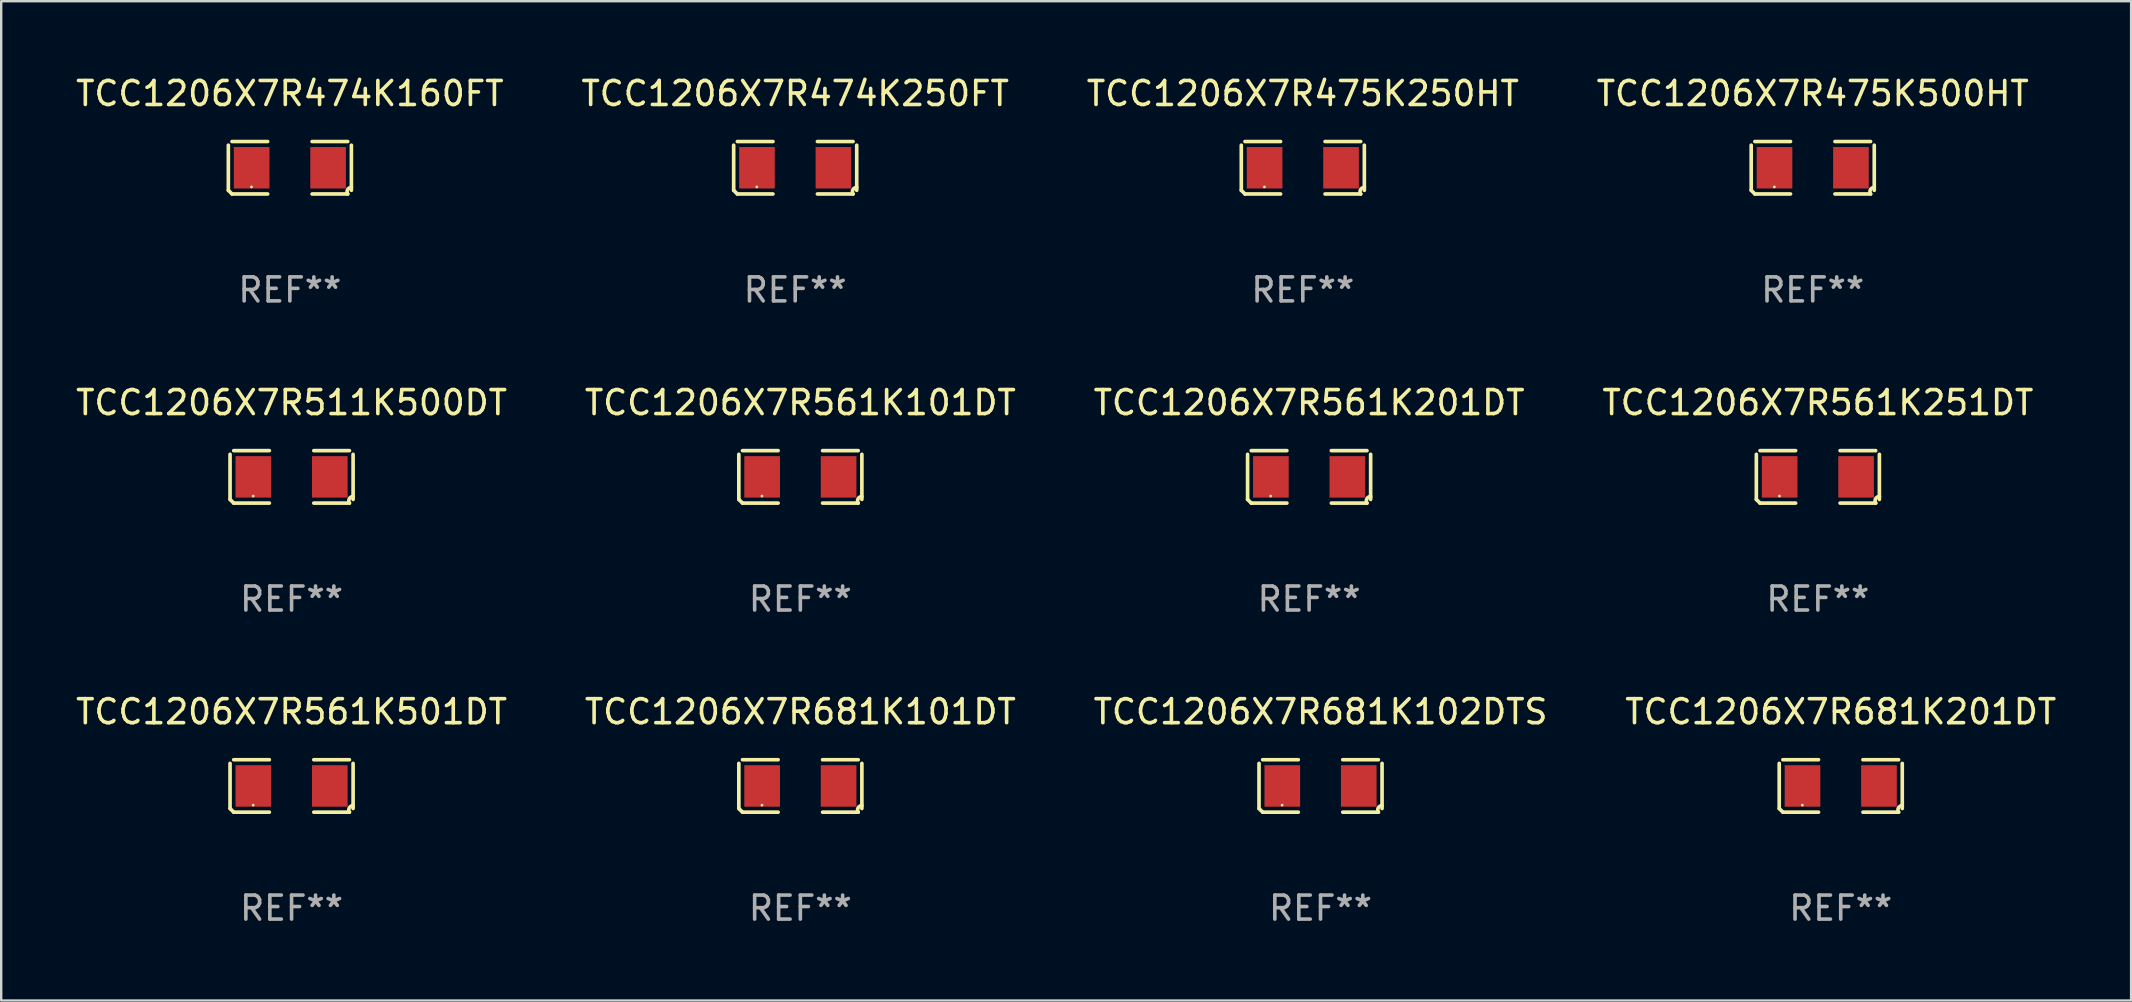
<source format=kicad_pcb>
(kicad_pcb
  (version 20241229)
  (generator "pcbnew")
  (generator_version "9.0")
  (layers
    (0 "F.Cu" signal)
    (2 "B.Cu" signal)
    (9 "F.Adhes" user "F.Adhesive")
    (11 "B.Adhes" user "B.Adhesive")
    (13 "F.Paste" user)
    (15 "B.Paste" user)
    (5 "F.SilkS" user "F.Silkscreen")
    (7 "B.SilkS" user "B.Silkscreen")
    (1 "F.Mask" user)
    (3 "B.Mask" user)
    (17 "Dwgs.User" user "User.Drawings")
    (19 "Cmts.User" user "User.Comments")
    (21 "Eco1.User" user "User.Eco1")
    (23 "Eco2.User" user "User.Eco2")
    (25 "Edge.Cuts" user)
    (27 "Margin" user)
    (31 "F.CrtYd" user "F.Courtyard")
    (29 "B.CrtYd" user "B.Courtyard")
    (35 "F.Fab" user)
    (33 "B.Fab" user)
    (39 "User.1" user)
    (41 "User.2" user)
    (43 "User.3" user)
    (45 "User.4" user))
  (footprint "TCC1206X7R681K102DTS"
    (layer "F.Cu")
    (at 51.982 29.704)
    (property "Reference" "TCC1206X7R681K102DTS" (at 0 -3.093 0) (layer "F.SilkS") (effects (font (size 1 1) (thickness 0.15))))
    (attr through_hole)
    (fp_line (start -2.564 0.94) (end -2.564 -0.94) (stroke (width 0.152) (type solid)) (layer "F.SilkS"))
    (fp_line (start -2.411 -1.093) (end -0.926 -1.093) (stroke (width 0.152) (type solid)) (layer "F.SilkS"))
    (fp_line (start -0.926 1.093) (end -2.411 1.093) (stroke (width 0.152) (type solid)) (layer "F.SilkS"))
    (fp_line (start 0.926 1.093) (end 2.411 1.093) (stroke (width 0.152) (type solid)) (layer "F.SilkS"))
    (fp_line (start 2.411 -1.093) (end 0.926 -1.093) (stroke (width 0.152) (type solid)) (layer "F.SilkS"))
    (fp_line (start 2.564 0.94) (end 2.564 -0.94) (stroke (width 0.152) (type solid)) (layer "F.SilkS"))
    (fp_arc (start -2.411201 1.092609) (mid -2.487413 1.01642) (end -2.563602 0.940208) (stroke (width 0.1524) (type solid)) (layer "F.SilkS"))
    (fp_arc (start 2.411201 1.092609) (mid 2.407159 0.911226) (end 2.563602 0.819347) (stroke (width 0.1524) (type solid)) (layer "F.SilkS"))
    (fp_circle (center -1.6 0.8) (end -1.57 0.8) (stroke (width 0.06) (type solid)) (fill no) (layer "F.SilkS"))
    (fp_text user "REF**" (at 0 5.093 0) (layer "F.Fab") (effects (font (size 1 1) (thickness 0.15))))
    (pad "1" smd rect (at -1.593 0) (size 1.485 1.728) (layers "F.Cu" "F.Mask" "F.Paste"))
    (pad "2" smd rect (at 1.593 0) (size 1.485 1.728) (layers "F.Cu" "F.Mask" "F.Paste")))
  (footprint "TCC1206X7R475K250HT"
    (layer "F.Cu")
    (at 51.244 3.941)
    (property "Reference" "TCC1206X7R475K250HT" (at 0 -3.093 0) (layer "F.SilkS") (effects (font (size 1 1) (thickness 0.15))))
    (attr through_hole)
    (fp_line (start -2.564 0.94) (end -2.564 -0.94) (stroke (width 0.152) (type solid)) (layer "F.SilkS"))
    (fp_line (start -2.411 -1.093) (end -0.926 -1.093) (stroke (width 0.152) (type solid)) (layer "F.SilkS"))
    (fp_line (start -0.926 1.093) (end -2.411 1.093) (stroke (width 0.152) (type solid)) (layer "F.SilkS"))
    (fp_line (start 0.926 1.093) (end 2.411 1.093) (stroke (width 0.152) (type solid)) (layer "F.SilkS"))
    (fp_line (start 2.411 -1.093) (end 0.926 -1.093) (stroke (width 0.152) (type solid)) (layer "F.SilkS"))
    (fp_line (start 2.564 0.94) (end 2.564 -0.94) (stroke (width 0.152) (type solid)) (layer "F.SilkS"))
    (fp_arc (start -2.411201 1.092609) (mid -2.487413 1.01642) (end -2.563602 0.940208) (stroke (width 0.1524) (type solid)) (layer "F.SilkS"))
    (fp_arc (start 2.411201 1.092609) (mid 2.407159 0.911226) (end 2.563602 0.819347) (stroke (width 0.1524) (type solid)) (layer "F.SilkS"))
    (fp_circle (center -1.6 0.8) (end -1.57 0.8) (stroke (width 0.06) (type solid)) (fill no) (layer "F.SilkS"))
    (fp_text user "REF**" (at 0 5.093 0) (layer "F.Fab") (effects (font (size 1 1) (thickness 0.15))))
    (pad "1" smd rect (at -1.593 0) (size 1.485 1.728) (layers "F.Cu" "F.Mask" "F.Paste"))
    (pad "2" smd rect (at 1.593 0) (size 1.485 1.728) (layers "F.Cu" "F.Mask" "F.Paste")))
  (footprint "TCC1206X7R561K501DT"
    (layer "F.Cu")
    (at 9.101 29.704)
    (property "Reference" "TCC1206X7R561K501DT" (at 0 -3.093 0) (layer "F.SilkS") (effects (font (size 1 1) (thickness 0.15))))
    (attr through_hole)
    (fp_line (start -2.564 0.94) (end -2.564 -0.94) (stroke (width 0.152) (type solid)) (layer "F.SilkS"))
    (fp_line (start -2.411 -1.093) (end -0.926 -1.093) (stroke (width 0.152) (type solid)) (layer "F.SilkS"))
    (fp_line (start -0.926 1.093) (end -2.411 1.093) (stroke (width 0.152) (type solid)) (layer "F.SilkS"))
    (fp_line (start 0.926 1.093) (end 2.411 1.093) (stroke (width 0.152) (type solid)) (layer "F.SilkS"))
    (fp_line (start 2.411 -1.093) (end 0.926 -1.093) (stroke (width 0.152) (type solid)) (layer "F.SilkS"))
    (fp_line (start 2.564 0.94) (end 2.564 -0.94) (stroke (width 0.152) (type solid)) (layer "F.SilkS"))
    (fp_arc (start -2.411201 1.092609) (mid -2.487413 1.01642) (end -2.563602 0.940208) (stroke (width 0.1524) (type solid)) (layer "F.SilkS"))
    (fp_arc (start 2.411201 1.092609) (mid 2.407159 0.911226) (end 2.563602 0.819347) (stroke (width 0.1524) (type solid)) (layer "F.SilkS"))
    (fp_circle (center -1.6 0.8) (end -1.57 0.8) (stroke (width 0.06) (type solid)) (fill no) (layer "F.SilkS"))
    (fp_text user "REF**" (at 0 5.093 0) (layer "F.Fab") (effects (font (size 1 1) (thickness 0.15))))
    (pad "1" smd rect (at -1.593 0) (size 1.485 1.728) (layers "F.Cu" "F.Mask" "F.Paste"))
    (pad "2" smd rect (at 1.593 0) (size 1.485 1.728) (layers "F.Cu" "F.Mask" "F.Paste")))
  (footprint "TCC1206X7R511K500DT"
    (layer "F.Cu")
    (at 9.101 16.823)
    (property "Reference" "TCC1206X7R511K500DT" (at 0 -3.093 0) (layer "F.SilkS") (effects (font (size 1 1) (thickness 0.15))))
    (attr through_hole)
    (fp_line (start -2.564 0.94) (end -2.564 -0.94) (stroke (width 0.152) (type solid)) (layer "F.SilkS"))
    (fp_line (start -2.411 -1.093) (end -0.926 -1.093) (stroke (width 0.152) (type solid)) (layer "F.SilkS"))
    (fp_line (start -0.926 1.093) (end -2.411 1.093) (stroke (width 0.152) (type solid)) (layer "F.SilkS"))
    (fp_line (start 0.926 1.093) (end 2.411 1.093) (stroke (width 0.152) (type solid)) (layer "F.SilkS"))
    (fp_line (start 2.411 -1.093) (end 0.926 -1.093) (stroke (width 0.152) (type solid)) (layer "F.SilkS"))
    (fp_line (start 2.564 0.94) (end 2.564 -0.94) (stroke (width 0.152) (type solid)) (layer "F.SilkS"))
    (fp_arc (start -2.411201 1.092609) (mid -2.487413 1.01642) (end -2.563602 0.940208) (stroke (width 0.1524) (type solid)) (layer "F.SilkS"))
    (fp_arc (start 2.411201 1.092609) (mid 2.407159 0.911226) (end 2.563602 0.819347) (stroke (width 0.1524) (type solid)) (layer "F.SilkS"))
    (fp_circle (center -1.6 0.8) (end -1.57 0.8) (stroke (width 0.06) (type solid)) (fill no) (layer "F.SilkS"))
    (fp_text user "REF**" (at 0 5.093 0) (layer "F.Fab") (effects (font (size 1 1) (thickness 0.15))))
    (pad "1" smd rect (at -1.593 0) (size 1.485 1.728) (layers "F.Cu" "F.Mask" "F.Paste"))
    (pad "2" smd rect (at 1.593 0) (size 1.485 1.728) (layers "F.Cu" "F.Mask" "F.Paste")))
  (footprint "TCC1206X7R561K251DT"
    (layer "F.Cu")
    (at 72.708 16.823)
    (property "Reference" "TCC1206X7R561K251DT" (at 0 -3.093 0) (layer "F.SilkS") (effects (font (size 1 1) (thickness 0.15))))
    (attr through_hole)
    (fp_line (start -2.564 0.94) (end -2.564 -0.94) (stroke (width 0.152) (type solid)) (layer "F.SilkS"))
    (fp_line (start -2.411 -1.093) (end -0.926 -1.093) (stroke (width 0.152) (type solid)) (layer "F.SilkS"))
    (fp_line (start -0.926 1.093) (end -2.411 1.093) (stroke (width 0.152) (type solid)) (layer "F.SilkS"))
    (fp_line (start 0.926 1.093) (end 2.411 1.093) (stroke (width 0.152) (type solid)) (layer "F.SilkS"))
    (fp_line (start 2.411 -1.093) (end 0.926 -1.093) (stroke (width 0.152) (type solid)) (layer "F.SilkS"))
    (fp_line (start 2.564 0.94) (end 2.564 -0.94) (stroke (width 0.152) (type solid)) (layer "F.SilkS"))
    (fp_arc (start -2.411201 1.092609) (mid -2.487413 1.01642) (end -2.563602 0.940208) (stroke (width 0.1524) (type solid)) (layer "F.SilkS"))
    (fp_arc (start 2.411201 1.092609) (mid 2.407159 0.911226) (end 2.563602 0.819347) (stroke (width 0.1524) (type solid)) (layer "F.SilkS"))
    (fp_circle (center -1.6 0.8) (end -1.57 0.8) (stroke (width 0.06) (type solid)) (fill no) (layer "F.SilkS"))
    (fp_text user "REF**" (at 0 5.093 0) (layer "F.Fab") (effects (font (size 1 1) (thickness 0.15))))
    (pad "1" smd rect (at -1.593 0) (size 1.485 1.728) (layers "F.Cu" "F.Mask" "F.Paste"))
    (pad "2" smd rect (at 1.593 0) (size 1.485 1.728) (layers "F.Cu" "F.Mask" "F.Paste")))
  (footprint "TCC1206X7R681K101DT"
    (layer "F.Cu")
    (at 30.304 29.704)
    (property "Reference" "TCC1206X7R681K101DT" (at 0 -3.093 0) (layer "F.SilkS") (effects (font (size 1 1) (thickness 0.15))))
    (attr through_hole)
    (fp_line (start -2.564 0.94) (end -2.564 -0.94) (stroke (width 0.152) (type solid)) (layer "F.SilkS"))
    (fp_line (start -2.411 -1.093) (end -0.926 -1.093) (stroke (width 0.152) (type solid)) (layer "F.SilkS"))
    (fp_line (start -0.926 1.093) (end -2.411 1.093) (stroke (width 0.152) (type solid)) (layer "F.SilkS"))
    (fp_line (start 0.926 1.093) (end 2.411 1.093) (stroke (width 0.152) (type solid)) (layer "F.SilkS"))
    (fp_line (start 2.411 -1.093) (end 0.926 -1.093) (stroke (width 0.152) (type solid)) (layer "F.SilkS"))
    (fp_line (start 2.564 0.94) (end 2.564 -0.94) (stroke (width 0.152) (type solid)) (layer "F.SilkS"))
    (fp_arc (start -2.411201 1.092609) (mid -2.487413 1.01642) (end -2.563602 0.940208) (stroke (width 0.1524) (type solid)) (layer "F.SilkS"))
    (fp_arc (start 2.411201 1.092609) (mid 2.407159 0.911226) (end 2.563602 0.819347) (stroke (width 0.1524) (type solid)) (layer "F.SilkS"))
    (fp_circle (center -1.6 0.8) (end -1.57 0.8) (stroke (width 0.06) (type solid)) (fill no) (layer "F.SilkS"))
    (fp_text user "REF**" (at 0 5.093 0) (layer "F.Fab") (effects (font (size 1 1) (thickness 0.15))))
    (pad "1" smd rect (at -1.593 0) (size 1.485 1.728) (layers "F.Cu" "F.Mask" "F.Paste"))
    (pad "2" smd rect (at 1.593 0) (size 1.485 1.728) (layers "F.Cu" "F.Mask" "F.Paste")))
  (footprint "TCC1206X7R561K101DT"
    (layer "F.Cu")
    (at 30.304 16.823)
    (property "Reference" "TCC1206X7R561K101DT" (at 0 -3.093 0) (layer "F.SilkS") (effects (font (size 1 1) (thickness 0.15))))
    (attr through_hole)
    (fp_line (start -2.564 0.94) (end -2.564 -0.94) (stroke (width 0.152) (type solid)) (layer "F.SilkS"))
    (fp_line (start -2.411 -1.093) (end -0.926 -1.093) (stroke (width 0.152) (type solid)) (layer "F.SilkS"))
    (fp_line (start -0.926 1.093) (end -2.411 1.093) (stroke (width 0.152) (type solid)) (layer "F.SilkS"))
    (fp_line (start 0.926 1.093) (end 2.411 1.093) (stroke (width 0.152) (type solid)) (layer "F.SilkS"))
    (fp_line (start 2.411 -1.093) (end 0.926 -1.093) (stroke (width 0.152) (type solid)) (layer "F.SilkS"))
    (fp_line (start 2.564 0.94) (end 2.564 -0.94) (stroke (width 0.152) (type solid)) (layer "F.SilkS"))
    (fp_arc (start -2.411201 1.092609) (mid -2.487413 1.01642) (end -2.563602 0.940208) (stroke (width 0.1524) (type solid)) (layer "F.SilkS"))
    (fp_arc (start 2.411201 1.092609) (mid 2.407159 0.911226) (end 2.563602 0.819347) (stroke (width 0.1524) (type solid)) (layer "F.SilkS"))
    (fp_circle (center -1.6 0.8) (end -1.57 0.8) (stroke (width 0.06) (type solid)) (fill no) (layer "F.SilkS"))
    (fp_text user "REF**" (at 0 5.093 0) (layer "F.Fab") (effects (font (size 1 1) (thickness 0.15))))
    (pad "1" smd rect (at -1.593 0) (size 1.485 1.728) (layers "F.Cu" "F.Mask" "F.Paste"))
    (pad "2" smd rect (at 1.593 0) (size 1.485 1.728) (layers "F.Cu" "F.Mask" "F.Paste")))
  (footprint "TCC1206X7R681K201DT"
    (layer "F.Cu")
    (at 73.661 29.704)
    (property "Reference" "TCC1206X7R681K201DT" (at 0 -3.093 0) (layer "F.SilkS") (effects (font (size 1 1) (thickness 0.15))))
    (attr through_hole)
    (fp_line (start -2.564 0.94) (end -2.564 -0.94) (stroke (width 0.152) (type solid)) (layer "F.SilkS"))
    (fp_line (start -2.411 -1.093) (end -0.926 -1.093) (stroke (width 0.152) (type solid)) (layer "F.SilkS"))
    (fp_line (start -0.926 1.093) (end -2.411 1.093) (stroke (width 0.152) (type solid)) (layer "F.SilkS"))
    (fp_line (start 0.926 1.093) (end 2.411 1.093) (stroke (width 0.152) (type solid)) (layer "F.SilkS"))
    (fp_line (start 2.411 -1.093) (end 0.926 -1.093) (stroke (width 0.152) (type solid)) (layer "F.SilkS"))
    (fp_line (start 2.564 0.94) (end 2.564 -0.94) (stroke (width 0.152) (type solid)) (layer "F.SilkS"))
    (fp_arc (start -2.411201 1.092609) (mid -2.487413 1.01642) (end -2.563602 0.940208) (stroke (width 0.1524) (type solid)) (layer "F.SilkS"))
    (fp_arc (start 2.411201 1.092609) (mid 2.407159 0.911226) (end 2.563602 0.819347) (stroke (width 0.1524) (type solid)) (layer "F.SilkS"))
    (fp_circle (center -1.6 0.8) (end -1.57 0.8) (stroke (width 0.06) (type solid)) (fill no) (layer "F.SilkS"))
    (fp_text user "REF**" (at 0 5.093 0) (layer "F.Fab") (effects (font (size 1 1) (thickness 0.15))))
    (pad "1" smd rect (at -1.593 0) (size 1.485 1.728) (layers "F.Cu" "F.Mask" "F.Paste"))
    (pad "2" smd rect (at 1.593 0) (size 1.485 1.728) (layers "F.Cu" "F.Mask" "F.Paste")))
  (footprint "TCC1206X7R474K250FT"
    (layer "F.Cu")
    (at 30.089 3.941)
    (property "Reference" "TCC1206X7R474K250FT" (at 0 -3.093 0) (layer "F.SilkS") (effects (font (size 1 1) (thickness 0.15))))
    (attr through_hole)
    (fp_line (start -2.564 0.94) (end -2.564 -0.94) (stroke (width 0.152) (type solid)) (layer "F.SilkS"))
    (fp_line (start -2.411 -1.093) (end -0.926 -1.093) (stroke (width 0.152) (type solid)) (layer "F.SilkS"))
    (fp_line (start -0.926 1.093) (end -2.411 1.093) (stroke (width 0.152) (type solid)) (layer "F.SilkS"))
    (fp_line (start 0.926 1.093) (end 2.411 1.093) (stroke (width 0.152) (type solid)) (layer "F.SilkS"))
    (fp_line (start 2.411 -1.093) (end 0.926 -1.093) (stroke (width 0.152) (type solid)) (layer "F.SilkS"))
    (fp_line (start 2.564 0.94) (end 2.564 -0.94) (stroke (width 0.152) (type solid)) (layer "F.SilkS"))
    (fp_arc (start -2.411201 1.092609) (mid -2.487413 1.01642) (end -2.563602 0.940208) (stroke (width 0.1524) (type solid)) (layer "F.SilkS"))
    (fp_arc (start 2.411201 1.092609) (mid 2.407159 0.911226) (end 2.563602 0.819347) (stroke (width 0.1524) (type solid)) (layer "F.SilkS"))
    (fp_circle (center -1.6 0.8) (end -1.57 0.8) (stroke (width 0.06) (type solid)) (fill no) (layer "F.SilkS"))
    (fp_text user "REF**" (at 0 5.093 0) (layer "F.Fab") (effects (font (size 1 1) (thickness 0.15))))
    (pad "1" smd rect (at -1.593 0) (size 1.485 1.728) (layers "F.Cu" "F.Mask" "F.Paste"))
    (pad "2" smd rect (at 1.593 0) (size 1.485 1.728) (layers "F.Cu" "F.Mask" "F.Paste")))
  (footprint "TCC1206X7R561K201DT"
    (layer "F.Cu")
    (at 51.506 16.823)
    (property "Reference" "TCC1206X7R561K201DT" (at 0 -3.093 0) (layer "F.SilkS") (effects (font (size 1 1) (thickness 0.15))))
    (attr through_hole)
    (fp_line (start -2.564 0.94) (end -2.564 -0.94) (stroke (width 0.152) (type solid)) (layer "F.SilkS"))
    (fp_line (start -2.411 -1.093) (end -0.926 -1.093) (stroke (width 0.152) (type solid)) (layer "F.SilkS"))
    (fp_line (start -0.926 1.093) (end -2.411 1.093) (stroke (width 0.152) (type solid)) (layer "F.SilkS"))
    (fp_line (start 0.926 1.093) (end 2.411 1.093) (stroke (width 0.152) (type solid)) (layer "F.SilkS"))
    (fp_line (start 2.411 -1.093) (end 0.926 -1.093) (stroke (width 0.152) (type solid)) (layer "F.SilkS"))
    (fp_line (start 2.564 0.94) (end 2.564 -0.94) (stroke (width 0.152) (type solid)) (layer "F.SilkS"))
    (fp_arc (start -2.411201 1.092609) (mid -2.487413 1.01642) (end -2.563602 0.940208) (stroke (width 0.1524) (type solid)) (layer "F.SilkS"))
    (fp_arc (start 2.411201 1.092609) (mid 2.407159 0.911226) (end 2.563602 0.819347) (stroke (width 0.1524) (type solid)) (layer "F.SilkS"))
    (fp_circle (center -1.6 0.8) (end -1.57 0.8) (stroke (width 0.06) (type solid)) (fill no) (layer "F.SilkS"))
    (fp_text user "REF**" (at 0 5.093 0) (layer "F.Fab") (effects (font (size 1 1) (thickness 0.15))))
    (pad "1" smd rect (at -1.593 0) (size 1.485 1.728) (layers "F.Cu" "F.Mask" "F.Paste"))
    (pad "2" smd rect (at 1.593 0) (size 1.485 1.728) (layers "F.Cu" "F.Mask" "F.Paste")))
  (footprint "TCC1206X7R475K500HT"
    (layer "F.Cu")
    (at 72.494 3.941)
    (property "Reference" "TCC1206X7R475K500HT" (at 0 -3.093 0) (layer "F.SilkS") (effects (font (size 1 1) (thickness 0.15))))
    (attr through_hole)
    (fp_line (start -2.564 0.94) (end -2.564 -0.94) (stroke (width 0.152) (type solid)) (layer "F.SilkS"))
    (fp_line (start -2.411 -1.093) (end -0.926 -1.093) (stroke (width 0.152) (type solid)) (layer "F.SilkS"))
    (fp_line (start -0.926 1.093) (end -2.411 1.093) (stroke (width 0.152) (type solid)) (layer "F.SilkS"))
    (fp_line (start 0.926 1.093) (end 2.411 1.093) (stroke (width 0.152) (type solid)) (layer "F.SilkS"))
    (fp_line (start 2.411 -1.093) (end 0.926 -1.093) (stroke (width 0.152) (type solid)) (layer "F.SilkS"))
    (fp_line (start 2.564 0.94) (end 2.564 -0.94) (stroke (width 0.152) (type solid)) (layer "F.SilkS"))
    (fp_arc (start -2.411201 1.092609) (mid -2.487413 1.01642) (end -2.563602 0.940208) (stroke (width 0.1524) (type solid)) (layer "F.SilkS"))
    (fp_arc (start 2.411201 1.092609) (mid 2.407159 0.911226) (end 2.563602 0.819347) (stroke (width 0.1524) (type solid)) (layer "F.SilkS"))
    (fp_circle (center -1.6 0.8) (end -1.57 0.8) (stroke (width 0.06) (type solid)) (fill no) (layer "F.SilkS"))
    (fp_text user "REF**" (at 0 5.093 0) (layer "F.Fab") (effects (font (size 1 1) (thickness 0.15))))
    (pad "1" smd rect (at -1.593 0) (size 1.485 1.728) (layers "F.Cu" "F.Mask" "F.Paste"))
    (pad "2" smd rect (at 1.593 0) (size 1.485 1.728) (layers "F.Cu" "F.Mask" "F.Paste")))
  (footprint "TCC1206X7R474K160FT"
    (layer "F.Cu")
    (at 9.03 3.941)
    (property "Reference" "TCC1206X7R474K160FT" (at 0 -3.093 0) (layer "F.SilkS") (effects (font (size 1 1) (thickness 0.15))))
    (attr through_hole)
    (fp_line (start -2.564 0.94) (end -2.564 -0.94) (stroke (width 0.152) (type solid)) (layer "F.SilkS"))
    (fp_line (start -2.411 -1.093) (end -0.926 -1.093) (stroke (width 0.152) (type solid)) (layer "F.SilkS"))
    (fp_line (start -0.926 1.093) (end -2.411 1.093) (stroke (width 0.152) (type solid)) (layer "F.SilkS"))
    (fp_line (start 0.926 1.093) (end 2.411 1.093) (stroke (width 0.152) (type solid)) (layer "F.SilkS"))
    (fp_line (start 2.411 -1.093) (end 0.926 -1.093) (stroke (width 0.152) (type solid)) (layer "F.SilkS"))
    (fp_line (start 2.564 0.94) (end 2.564 -0.94) (stroke (width 0.152) (type solid)) (layer "F.SilkS"))
    (fp_arc (start -2.411201 1.092609) (mid -2.487413 1.01642) (end -2.563602 0.940208) (stroke (width 0.1524) (type solid)) (layer "F.SilkS"))
    (fp_arc (start 2.411201 1.092609) (mid 2.407159 0.911226) (end 2.563602 0.819347) (stroke (width 0.1524) (type solid)) (layer "F.SilkS"))
    (fp_circle (center -1.6 0.8) (end -1.57 0.8) (stroke (width 0.06) (type solid)) (fill no) (layer "F.SilkS"))
    (fp_text user "REF**" (at 0 5.093 0) (layer "F.Fab") (effects (font (size 1 1) (thickness 0.15))))
    (pad "1" smd rect (at -1.593 0) (size 1.485 1.728) (layers "F.Cu" "F.Mask" "F.Paste"))
    (pad "2" smd rect (at 1.593 0) (size 1.485 1.728) (layers "F.Cu" "F.Mask" "F.Paste")))
  (gr_rect
    (start -3 -3)
    (end 85.762 38.645)
    (stroke (width 0.1) (type default))
    (fill no)
    (layer "Edge.Cuts")))
</source>
